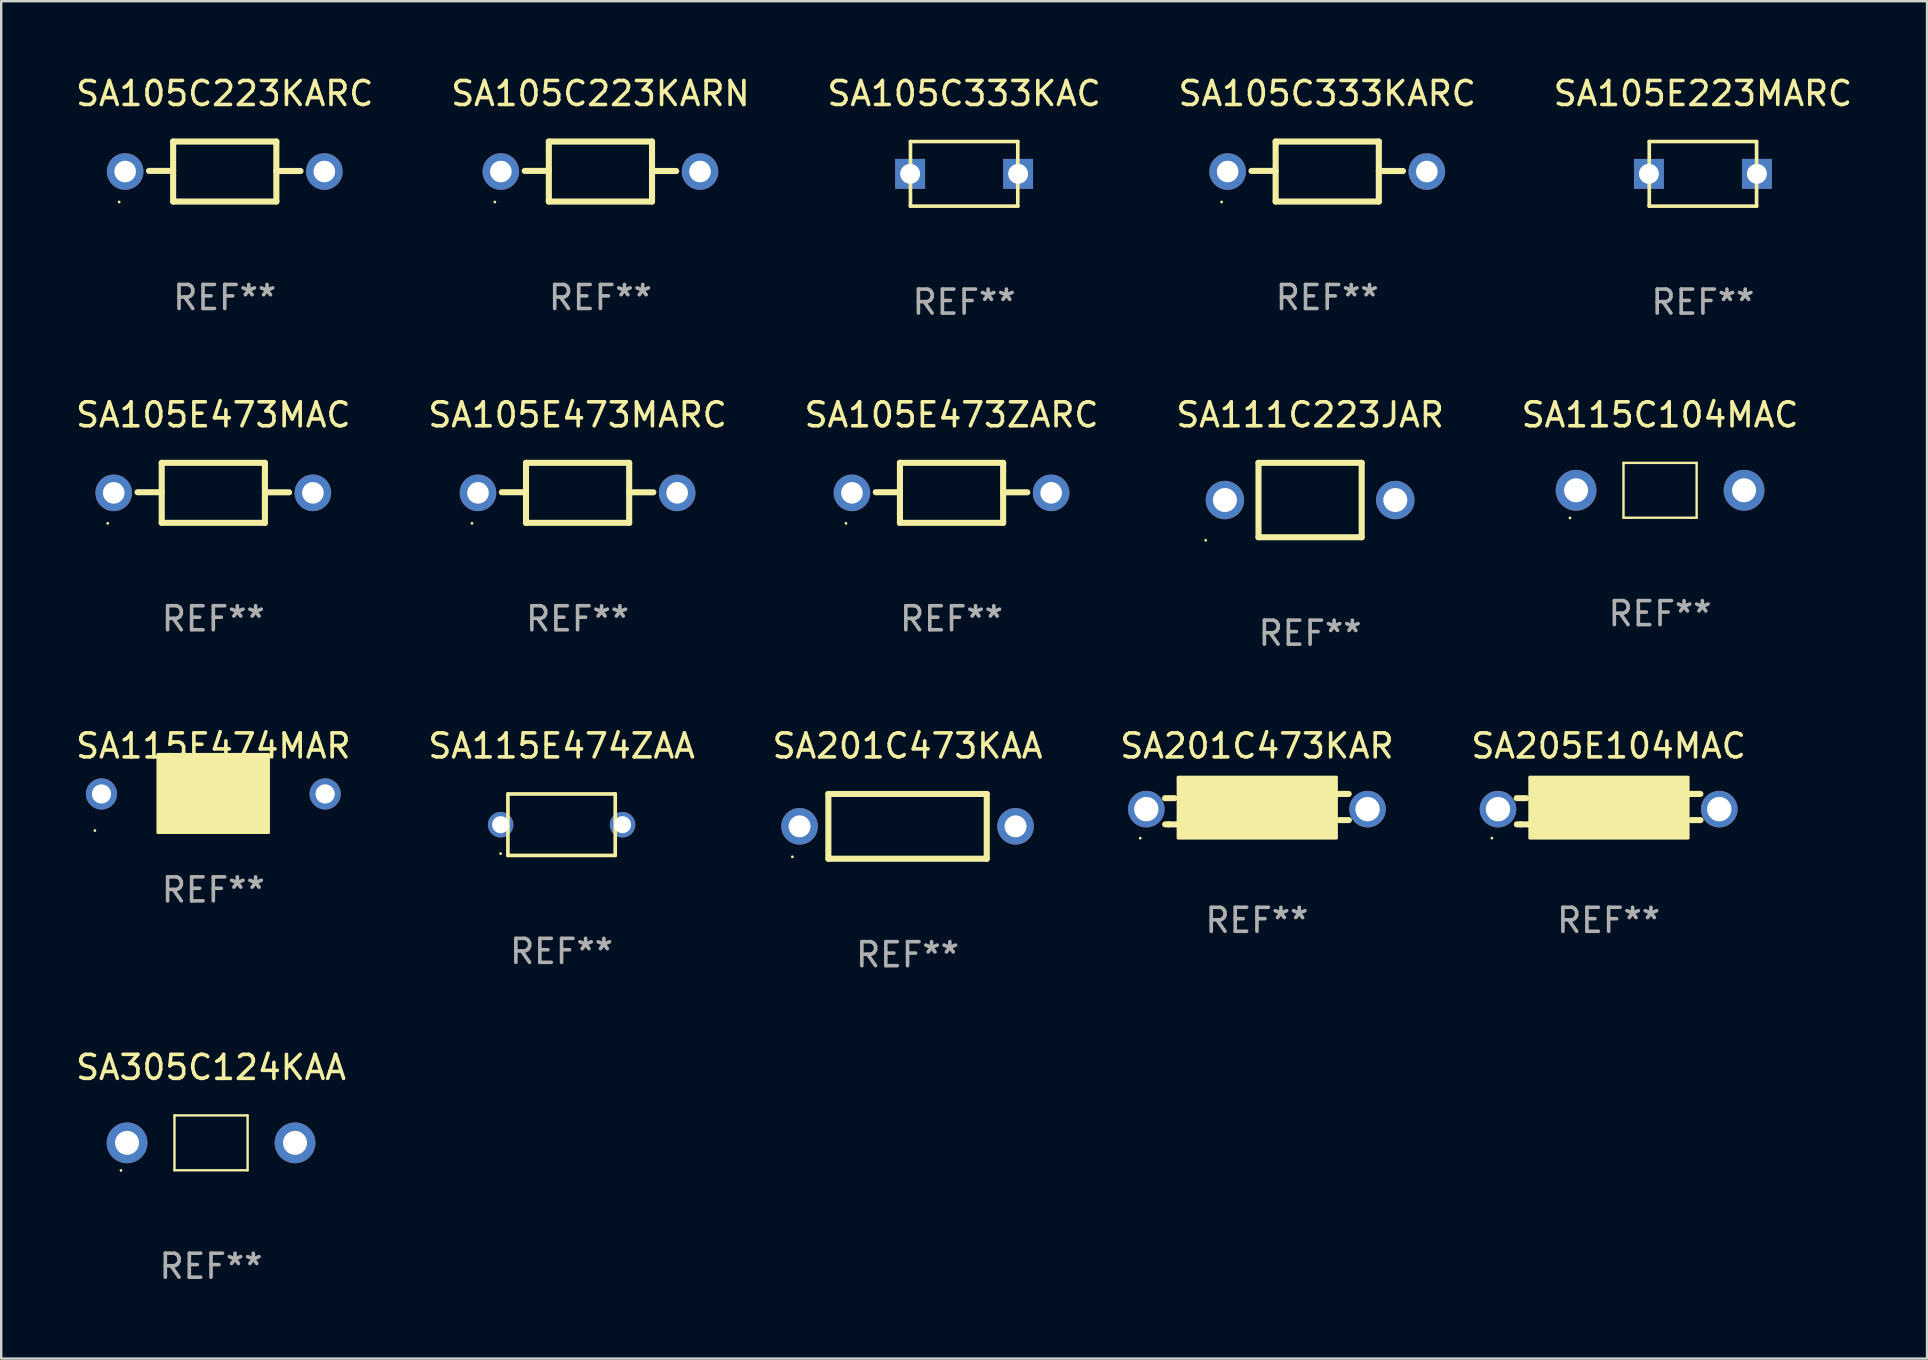
<source format=kicad_pcb>
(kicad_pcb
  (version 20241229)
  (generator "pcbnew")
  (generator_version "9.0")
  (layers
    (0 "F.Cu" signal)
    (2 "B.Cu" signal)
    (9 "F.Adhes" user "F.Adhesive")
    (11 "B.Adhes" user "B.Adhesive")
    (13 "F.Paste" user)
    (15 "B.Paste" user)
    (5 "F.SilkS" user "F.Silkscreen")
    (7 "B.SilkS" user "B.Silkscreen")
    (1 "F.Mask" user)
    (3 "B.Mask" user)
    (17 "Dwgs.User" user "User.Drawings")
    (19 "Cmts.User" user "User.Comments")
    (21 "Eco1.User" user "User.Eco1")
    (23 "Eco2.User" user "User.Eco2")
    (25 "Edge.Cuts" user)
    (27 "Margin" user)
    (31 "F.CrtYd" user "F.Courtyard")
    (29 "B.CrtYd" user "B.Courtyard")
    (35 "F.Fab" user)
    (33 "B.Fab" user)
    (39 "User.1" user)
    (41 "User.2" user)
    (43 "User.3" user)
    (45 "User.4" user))
  (footprint "SA305C124KAA"
    (layer "F.Cu")
    (at 5.744 44.573)
    (property "Reference" "SA305C124KAA" (at 0 -3.143 0) (layer "F.SilkS") (effects (font (size 1 1) (thickness 0.15))))
    (attr through_hole)
    (fp_line (start -1.524 -1.143) (end -1.524 1.143) (stroke (width 0.1) (type solid)) (layer "F.SilkS"))
    (fp_line (start -1.524 1.143) (end 1.524 1.143) (stroke (width 0.1) (type solid)) (layer "F.SilkS"))
    (fp_line (start 1.524 -1.143) (end -1.524 -1.143) (stroke (width 0.1) (type solid)) (layer "F.SilkS"))
    (fp_line (start 1.524 1.143) (end 1.524 -1.143) (stroke (width 0.1) (type solid)) (layer "F.SilkS"))
    (fp_circle (center -3.753 1.15) (end -3.723 1.15) (stroke (width 0.06) (type solid)) (fill no) (layer "F.SilkS"))
    (fp_text user "REF**" (at 0 5.143 0) (layer "F.Fab") (effects (font (size 1 1) (thickness 0.15))))
    (pad "1" thru_hole circle (at -3.5 0) (size 1.7 1.7) (drill 1) (layers "*.Cu" "*.Mask"))
    (pad "2" thru_hole circle (at 3.5 0) (size 1.7 1.7) (drill 1) (layers "*.Cu" "*.Mask")))
  (footprint "SA205E104MAC"
    (layer "F.Cu")
    (at 63.982 30.667)
    (property "Reference" "SA205E104MAC" (at 0 -2.634 0) (layer "F.SilkS") (effects (font (size 1 1) (thickness 0.15))))
    (attr through_hole)
    (fp_line (start -3.673 0.634) (end -3.823 0.634) (stroke (width 0.254) (type solid)) (layer "F.SilkS"))
    (fp_line (start -3.438 -0.457) (end -3.828 -0.457) (stroke (width 0.254) (type solid)) (layer "F.SilkS"))
    (fp_line (start -3.353 0.634) (end -3.673 0.634) (stroke (width 0.254) (type solid)) (layer "F.SilkS"))
    (fp_line (start 3.353 -0.634) (end 3.673 -0.634) (stroke (width 0.254) (type solid)) (layer "F.SilkS"))
    (fp_line (start 3.438 0.457) (end 3.828 0.457) (stroke (width 0.254) (type solid)) (layer "F.SilkS"))
    (fp_line (start 3.673 -0.634) (end 3.823 -0.634) (stroke (width 0.254) (type solid)) (layer "F.SilkS"))
    (fp_circle (center -4.864 1.208) (end -4.834 1.208) (stroke (width 0.06) (type solid)) (fill no) (layer "F.SilkS"))
    (fp_poly (pts (xy -3.287 -1.335) (xy 3.313 -1.335) (xy 3.313 1.208) (xy -3.287 1.208)) (stroke (width 0.12) (type solid)) (fill yes) (layer "F.SilkS"))
    (fp_text user "REF**" (at 0 4.634 0) (layer "F.Fab") (effects (font (size 1 1) (thickness 0.15))))
    (pad "1" thru_hole circle (at -4.61 -0.000013) (size 1.524 1.524) (drill 1.016) (layers "*.Cu" "*.Mask"))
    (pad "2" thru_hole circle (at 4.61 -0.000013) (size 1.524 1.524) (drill 1.016) (layers "*.Cu" "*.Mask")))
  (footprint "SA105C333KAC"
    (layer "F.Cu")
    (at 37.125 4.194)
    (property "Reference" "SA105C333KAC" (at 0 -3.346 0) (layer "F.SilkS") (effects (font (size 1 1) (thickness 0.15))))
    (attr through_hole)
    (fp_line (start -2.236 -1.346) (end 2.236 -1.346) (stroke (width 0.152) (type solid)) (layer "F.SilkS"))
    (fp_line (start -2.236 1.346) (end -2.236 -1.346) (stroke (width 0.152) (type solid)) (layer "F.SilkS"))
    (fp_line (start 2.236 -1.346) (end 2.236 1.346) (stroke (width 0.152) (type solid)) (layer "F.SilkS"))
    (fp_line (start 2.236 1.346) (end -2.236 1.346) (stroke (width 0.152) (type solid)) (layer "F.SilkS"))
    (fp_circle (center -2.25 1.27) (end -2.22 1.27) (stroke (width 0.06) (type solid)) (fill no) (layer "F.SilkS"))
    (fp_text user "REF**" (at 0 5.346 0) (layer "F.Fab") (effects (font (size 1 1) (thickness 0.15))))
    (pad "1" thru_hole rect (at -2.25 0) (size 1.245 1.245) (drill 0.83) (layers "*.Cu" "*.Mask"))
    (pad "2" thru_hole rect (at 2.25 0 180) (size 1.245 1.245) (drill 0.83) (layers "*.Cu" "*.Mask")))
  (footprint "SA111C223JAR"
    (layer "F.Cu")
    (at 51.542 17.787)
    (property "Reference" "SA111C223JAR" (at 0 -3.55 0) (layer "F.SilkS") (effects (font (size 1 1) (thickness 0.15))))
    (attr through_hole)
    (fp_line (start -2.15 -1.55) (end 2.15 -1.55) (stroke (width 0.254) (type solid)) (layer "F.SilkS"))
    (fp_line (start -2.15 1.55) (end -2.15 -1.55) (stroke (width 0.254) (type solid)) (layer "F.SilkS"))
    (fp_line (start 2.15 -1.55) (end 2.15 1.549) (stroke (width 0.254) (type solid)) (layer "F.SilkS"))
    (fp_line (start 2.15 1.55) (end -2.15 1.55) (stroke (width 0.254) (type solid)) (layer "F.SilkS"))
    (fp_circle (center -4.35 1.677) (end -4.32 1.677) (stroke (width 0.06) (type solid)) (fill no) (layer "F.SilkS"))
    (fp_text user "REF**" (at 0 5.55 0) (layer "F.Fab") (effects (font (size 1 1) (thickness 0.15))))
    (pad "1" thru_hole circle (at -3.55 0) (size 1.6 1.6) (drill 1) (layers "*.Cu" "*.Mask"))
    (pad "2" thru_hole circle (at 3.55 0) (size 1.6 1.6) (drill 1) (layers "*.Cu" "*.Mask")))
  (footprint "SA115E474MAR"
    (layer "F.Cu")
    (at 5.839 30.034)
    (property "Reference" "SA115E474MAR" (at 0 -2 0) (layer "F.SilkS") (effects (font (size 1 1) (thickness 0.15))))
    (attr through_hole)
    (fp_circle (center -4.935 1.525) (end -4.905 1.525) (stroke (width 0.06) (type solid)) (fill no) (layer "F.SilkS"))
    (fp_poly (pts (xy -2.31 -1.65) (xy 2.3 -1.65) (xy 2.3 1.61) (xy -2.31 1.61)) (stroke (width 0.12) (type solid)) (fill yes) (layer "F.SilkS"))
    (fp_text user "REF**" (at 0 4 0) (layer "F.Fab") (effects (font (size 1 1) (thickness 0.15))))
    (pad "1" thru_hole circle (at -4.66 0) (size 1.3 1.3) (drill 0.8) (layers "*.Cu" "*.Mask"))
    (pad "2" thru_hole circle (at 4.66 0) (size 1.3 1.3) (drill 0.8) (layers "*.Cu" "*.Mask")))
  (footprint "SA115E474ZAA"
    (layer "F.Cu")
    (at 20.351 31.315)
    (property "Reference" "SA115E474ZAA" (at 0 -3.281 0) (layer "F.SilkS") (effects (font (size 1 1) (thickness 0.15))))
    (attr through_hole)
    (fp_line (start -2.236 -1.281) (end 2.236 -1.281) (stroke (width 0.152) (type solid)) (layer "F.SilkS"))
    (fp_line (start -2.236 1.281) (end -2.236 -1.281) (stroke (width 0.152) (type solid)) (layer "F.SilkS"))
    (fp_line (start 2.236 -1.281) (end 2.236 1.281) (stroke (width 0.152) (type solid)) (layer "F.SilkS"))
    (fp_line (start 2.236 1.281) (end -2.236 1.281) (stroke (width 0.152) (type solid)) (layer "F.SilkS"))
    (fp_circle (center -2.54 1.205) (end -2.51 1.205) (stroke (width 0.06) (type solid)) (fill no) (layer "F.SilkS"))
    (fp_text user "REF**" (at 0 5.281 0) (layer "F.Fab") (effects (font (size 1 1) (thickness 0.15))))
    (pad "1" thru_hole circle (at -2.54 0) (size 1.065 1.065) (drill 0.71) (layers "*.Cu" "*.Mask"))
    (pad "2" thru_hole circle (at 2.54 0) (size 1.065 1.065) (drill 0.71) (layers "*.Cu" "*.Mask")))
  (footprint "SA105C223KARC"
    (layer "F.Cu")
    (at 6.315 4.098)
    (property "Reference" "SA105C223KARC" (at 0 -3.25 0) (layer "F.SilkS") (effects (font (size 1 1) (thickness 0.15))))
    (attr through_hole)
    (fp_line (start -2.15 -1.25) (end 2.15 -1.25) (stroke (width 0.254) (type solid)) (layer "F.SilkS"))
    (fp_line (start -2.15 -0.026) (end -3.157 -0.026) (stroke (width 0.254) (type solid)) (layer "F.SilkS"))
    (fp_line (start -2.15 1.25) (end -2.15 -1.25) (stroke (width 0.254) (type solid)) (layer "F.SilkS"))
    (fp_line (start 2.15 -1.25) (end 2.15 1.25) (stroke (width 0.254) (type solid)) (layer "F.SilkS"))
    (fp_line (start 2.15 -0.022) (end 3.157 -0.022) (stroke (width 0.254) (type solid)) (layer "F.SilkS"))
    (fp_line (start 2.15 1.25) (end -2.15 1.25) (stroke (width 0.254) (type solid)) (layer "F.SilkS"))
    (fp_circle (center -4.4 1.27) (end -4.37 1.27) (stroke (width 0.06) (type solid)) (fill no) (layer "F.SilkS"))
    (fp_text user "REF**" (at 0 5.25 0) (layer "F.Fab") (effects (font (size 1 1) (thickness 0.15))))
    (pad "1" thru_hole circle (at -4.15 0) (size 1.524 1.524) (drill 0.9) (layers "*.Cu" "*.Mask"))
    (pad "2" thru_hole circle (at 4.15 0) (size 1.524 1.524) (drill 0.9) (layers "*.Cu" "*.Mask")))
  (footprint "SA105E223MARC"
    (layer "F.Cu")
    (at 67.911 4.194)
    (property "Reference" "SA105E223MARC" (at 0 -3.346 0) (layer "F.SilkS") (effects (font (size 1 1) (thickness 0.15))))
    (attr through_hole)
    (fp_line (start -2.236 -1.346) (end 2.236 -1.346) (stroke (width 0.152) (type solid)) (layer "F.SilkS"))
    (fp_line (start -2.236 1.346) (end -2.236 -1.346) (stroke (width 0.152) (type solid)) (layer "F.SilkS"))
    (fp_line (start 2.236 -1.346) (end 2.236 1.346) (stroke (width 0.152) (type solid)) (layer "F.SilkS"))
    (fp_line (start 2.236 1.346) (end -2.236 1.346) (stroke (width 0.152) (type solid)) (layer "F.SilkS"))
    (fp_circle (center -2.25 1.27) (end -2.22 1.27) (stroke (width 0.06) (type solid)) (fill no) (layer "F.SilkS"))
    (fp_text user "REF**" (at 0 5.346 0) (layer "F.Fab") (effects (font (size 1 1) (thickness 0.15))))
    (pad "1" thru_hole rect (at -2.25 0) (size 1.245 1.245) (drill 0.83) (layers "*.Cu" "*.Mask"))
    (pad "2" thru_hole rect (at 2.25 0 180) (size 1.245 1.245) (drill 0.83) (layers "*.Cu" "*.Mask")))
  (footprint "SA105E473MAC"
    (layer "F.Cu")
    (at 5.839 17.487)
    (property "Reference" "SA105E473MAC" (at 0 -3.25 0) (layer "F.SilkS") (effects (font (size 1 1) (thickness 0.15))))
    (attr through_hole)
    (fp_line (start -2.15 -1.25) (end 2.15 -1.25) (stroke (width 0.254) (type solid)) (layer "F.SilkS"))
    (fp_line (start -2.15 -0.026) (end -3.157 -0.026) (stroke (width 0.254) (type solid)) (layer "F.SilkS"))
    (fp_line (start -2.15 1.25) (end -2.15 -1.25) (stroke (width 0.254) (type solid)) (layer "F.SilkS"))
    (fp_line (start 2.15 -1.25) (end 2.15 1.25) (stroke (width 0.254) (type solid)) (layer "F.SilkS"))
    (fp_line (start 2.15 -0.022) (end 3.157 -0.022) (stroke (width 0.254) (type solid)) (layer "F.SilkS"))
    (fp_line (start 2.15 1.25) (end -2.15 1.25) (stroke (width 0.254) (type solid)) (layer "F.SilkS"))
    (fp_circle (center -4.4 1.27) (end -4.37 1.27) (stroke (width 0.06) (type solid)) (fill no) (layer "F.SilkS"))
    (fp_text user "REF**" (at 0 5.25 0) (layer "F.Fab") (effects (font (size 1 1) (thickness 0.15))))
    (pad "1" thru_hole circle (at -4.15 0) (size 1.524 1.524) (drill 0.9) (layers "*.Cu" "*.Mask"))
    (pad "2" thru_hole circle (at 4.15 0) (size 1.524 1.524) (drill 0.9) (layers "*.Cu" "*.Mask")))
  (footprint "SA105E473ZARC"
    (layer "F.Cu")
    (at 36.601 17.487)
    (property "Reference" "SA105E473ZARC" (at 0 -3.25 0) (layer "F.SilkS") (effects (font (size 1 1) (thickness 0.15))))
    (attr through_hole)
    (fp_line (start -2.15 -1.25) (end 2.15 -1.25) (stroke (width 0.254) (type solid)) (layer "F.SilkS"))
    (fp_line (start -2.15 -0.026) (end -3.157 -0.026) (stroke (width 0.254) (type solid)) (layer "F.SilkS"))
    (fp_line (start -2.15 1.25) (end -2.15 -1.25) (stroke (width 0.254) (type solid)) (layer "F.SilkS"))
    (fp_line (start 2.15 -1.25) (end 2.15 1.25) (stroke (width 0.254) (type solid)) (layer "F.SilkS"))
    (fp_line (start 2.15 -0.022) (end 3.157 -0.022) (stroke (width 0.254) (type solid)) (layer "F.SilkS"))
    (fp_line (start 2.15 1.25) (end -2.15 1.25) (stroke (width 0.254) (type solid)) (layer "F.SilkS"))
    (fp_circle (center -4.4 1.27) (end -4.37 1.27) (stroke (width 0.06) (type solid)) (fill no) (layer "F.SilkS"))
    (fp_text user "REF**" (at 0 5.25 0) (layer "F.Fab") (effects (font (size 1 1) (thickness 0.15))))
    (pad "1" thru_hole circle (at -4.15 0) (size 1.524 1.524) (drill 0.9) (layers "*.Cu" "*.Mask"))
    (pad "2" thru_hole circle (at 4.15 0) (size 1.524 1.524) (drill 0.9) (layers "*.Cu" "*.Mask")))
  (footprint "SA201C473KAR"
    (layer "F.Cu")
    (at 49.327 30.667)
    (property "Reference" "SA201C473KAR" (at 0 -2.634 0) (layer "F.SilkS") (effects (font (size 1 1) (thickness 0.15))))
    (attr through_hole)
    (fp_line (start -3.673 0.634) (end -3.823 0.634) (stroke (width 0.254) (type solid)) (layer "F.SilkS"))
    (fp_line (start -3.438 -0.457) (end -3.828 -0.457) (stroke (width 0.254) (type solid)) (layer "F.SilkS"))
    (fp_line (start -3.353 0.634) (end -3.673 0.634) (stroke (width 0.254) (type solid)) (layer "F.SilkS"))
    (fp_line (start 3.353 -0.634) (end 3.673 -0.634) (stroke (width 0.254) (type solid)) (layer "F.SilkS"))
    (fp_line (start 3.438 0.457) (end 3.828 0.457) (stroke (width 0.254) (type solid)) (layer "F.SilkS"))
    (fp_line (start 3.673 -0.634) (end 3.823 -0.634) (stroke (width 0.254) (type solid)) (layer "F.SilkS"))
    (fp_circle (center -4.864 1.208) (end -4.834 1.208) (stroke (width 0.06) (type solid)) (fill no) (layer "F.SilkS"))
    (fp_poly (pts (xy -3.287 -1.335) (xy 3.313 -1.335) (xy 3.313 1.208) (xy -3.287 1.208)) (stroke (width 0.12) (type solid)) (fill yes) (layer "F.SilkS"))
    (fp_text user "REF**" (at 0 4.634 0) (layer "F.Fab") (effects (font (size 1 1) (thickness 0.15))))
    (pad "1" thru_hole circle (at -4.61 -0.000013) (size 1.524 1.524) (drill 1.016) (layers "*.Cu" "*.Mask"))
    (pad "2" thru_hole circle (at 4.61 -0.000013) (size 1.524 1.524) (drill 1.016) (layers "*.Cu" "*.Mask")))
  (footprint "SA105C223KARN"
    (layer "F.Cu")
    (at 21.97 4.098)
    (property "Reference" "SA105C223KARN" (at 0 -3.25 0) (layer "F.SilkS") (effects (font (size 1 1) (thickness 0.15))))
    (attr through_hole)
    (fp_line (start -2.15 -1.25) (end 2.15 -1.25) (stroke (width 0.254) (type solid)) (layer "F.SilkS"))
    (fp_line (start -2.15 -0.026) (end -3.157 -0.026) (stroke (width 0.254) (type solid)) (layer "F.SilkS"))
    (fp_line (start -2.15 1.25) (end -2.15 -1.25) (stroke (width 0.254) (type solid)) (layer "F.SilkS"))
    (fp_line (start 2.15 -1.25) (end 2.15 1.25) (stroke (width 0.254) (type solid)) (layer "F.SilkS"))
    (fp_line (start 2.15 -0.022) (end 3.157 -0.022) (stroke (width 0.254) (type solid)) (layer "F.SilkS"))
    (fp_line (start 2.15 1.25) (end -2.15 1.25) (stroke (width 0.254) (type solid)) (layer "F.SilkS"))
    (fp_circle (center -4.4 1.27) (end -4.37 1.27) (stroke (width 0.06) (type solid)) (fill no) (layer "F.SilkS"))
    (fp_text user "REF**" (at 0 5.25 0) (layer "F.Fab") (effects (font (size 1 1) (thickness 0.15))))
    (pad "1" thru_hole circle (at -4.15 0) (size 1.524 1.524) (drill 0.9) (layers "*.Cu" "*.Mask"))
    (pad "2" thru_hole circle (at 4.15 0) (size 1.524 1.524) (drill 0.9) (layers "*.Cu" "*.Mask")))
  (footprint "SA115C104MAC"
    (layer "F.Cu")
    (at 66.125 17.38)
    (property "Reference" "SA115C104MAC" (at 0 -3.143 0) (layer "F.SilkS") (effects (font (size 1 1) (thickness 0.15))))
    (attr through_hole)
    (fp_line (start -1.524 -1.143) (end -1.524 1.143) (stroke (width 0.1) (type solid)) (layer "F.SilkS"))
    (fp_line (start -1.524 1.143) (end 1.524 1.143) (stroke (width 0.1) (type solid)) (layer "F.SilkS"))
    (fp_line (start 1.524 -1.143) (end -1.524 -1.143) (stroke (width 0.1) (type solid)) (layer "F.SilkS"))
    (fp_line (start 1.524 1.143) (end 1.524 -1.143) (stroke (width 0.1) (type solid)) (layer "F.SilkS"))
    (fp_circle (center -3.753 1.15) (end -3.723 1.15) (stroke (width 0.06) (type solid)) (fill no) (layer "F.SilkS"))
    (fp_text user "REF**" (at 0 5.143 0) (layer "F.Fab") (effects (font (size 1 1) (thickness 0.15))))
    (pad "1" thru_hole circle (at -3.5 0) (size 1.7 1.7) (drill 1) (layers "*.Cu" "*.Mask"))
    (pad "2" thru_hole circle (at 3.5 0) (size 1.7 1.7) (drill 1) (layers "*.Cu" "*.Mask")))
  (footprint "SA105C333KARC"
    (layer "F.Cu")
    (at 52.256 4.098)
    (property "Reference" "SA105C333KARC" (at 0 -3.25 0) (layer "F.SilkS") (effects (font (size 1 1) (thickness 0.15))))
    (attr through_hole)
    (fp_line (start -2.15 -1.25) (end 2.15 -1.25) (stroke (width 0.254) (type solid)) (layer "F.SilkS"))
    (fp_line (start -2.15 -0.026) (end -3.157 -0.026) (stroke (width 0.254) (type solid)) (layer "F.SilkS"))
    (fp_line (start -2.15 1.25) (end -2.15 -1.25) (stroke (width 0.254) (type solid)) (layer "F.SilkS"))
    (fp_line (start 2.15 -1.25) (end 2.15 1.25) (stroke (width 0.254) (type solid)) (layer "F.SilkS"))
    (fp_line (start 2.15 -0.022) (end 3.157 -0.022) (stroke (width 0.254) (type solid)) (layer "F.SilkS"))
    (fp_line (start 2.15 1.25) (end -2.15 1.25) (stroke (width 0.254) (type solid)) (layer "F.SilkS"))
    (fp_circle (center -4.4 1.27) (end -4.37 1.27) (stroke (width 0.06) (type solid)) (fill no) (layer "F.SilkS"))
    (fp_text user "REF**" (at 0 5.25 0) (layer "F.Fab") (effects (font (size 1 1) (thickness 0.15))))
    (pad "1" thru_hole circle (at -4.15 0) (size 1.524 1.524) (drill 0.9) (layers "*.Cu" "*.Mask"))
    (pad "2" thru_hole circle (at 4.15 0) (size 1.524 1.524) (drill 0.9) (layers "*.Cu" "*.Mask")))
  (footprint "SA201C473KAA"
    (layer "F.Cu")
    (at 34.768 31.384)
    (property "Reference" "SA201C473KAA" (at 0 -3.35 0) (layer "F.SilkS") (effects (font (size 1 1) (thickness 0.15))))
    (attr through_hole)
    (fp_line (start -3.3 -1.35) (end 3.3 -1.35) (stroke (width 0.254) (type solid)) (layer "F.SilkS"))
    (fp_line (start -3.3 1.35) (end -3.3 -1.35) (stroke (width 0.254) (type solid)) (layer "F.SilkS"))
    (fp_line (start 3.3 -1.35) (end 3.3 1.35) (stroke (width 0.254) (type solid)) (layer "F.SilkS"))
    (fp_line (start 3.3 1.35) (end -3.3 1.35) (stroke (width 0.254) (type solid)) (layer "F.SilkS"))
    (fp_circle (center -4.8 1.27) (end -4.77 1.27) (stroke (width 0.06) (type solid)) (fill no) (layer "F.SilkS"))
    (fp_text user "REF**" (at 0 5.35 0) (layer "F.Fab") (effects (font (size 1 1) (thickness 0.15))))
    (pad "1" thru_hole circle (at -4.5 0) (size 1.524 1.524) (drill 0.914) (layers "*.Cu" "*.Mask"))
    (pad "2" thru_hole circle (at 4.5 0) (size 1.524 1.524) (drill 0.914) (layers "*.Cu" "*.Mask")))
  (footprint "SA105E473MARC"
    (layer "F.Cu")
    (at 21.018 17.487)
    (property "Reference" "SA105E473MARC" (at 0 -3.25 0) (layer "F.SilkS") (effects (font (size 1 1) (thickness 0.15))))
    (attr through_hole)
    (fp_line (start -2.15 -1.25) (end 2.15 -1.25) (stroke (width 0.254) (type solid)) (layer "F.SilkS"))
    (fp_line (start -2.15 -0.026) (end -3.157 -0.026) (stroke (width 0.254) (type solid)) (layer "F.SilkS"))
    (fp_line (start -2.15 1.25) (end -2.15 -1.25) (stroke (width 0.254) (type solid)) (layer "F.SilkS"))
    (fp_line (start 2.15 -1.25) (end 2.15 1.25) (stroke (width 0.254) (type solid)) (layer "F.SilkS"))
    (fp_line (start 2.15 -0.022) (end 3.157 -0.022) (stroke (width 0.254) (type solid)) (layer "F.SilkS"))
    (fp_line (start 2.15 1.25) (end -2.15 1.25) (stroke (width 0.254) (type solid)) (layer "F.SilkS"))
    (fp_circle (center -4.4 1.27) (end -4.37 1.27) (stroke (width 0.06) (type solid)) (fill no) (layer "F.SilkS"))
    (fp_text user "REF**" (at 0 5.25 0) (layer "F.Fab") (effects (font (size 1 1) (thickness 0.15))))
    (pad "1" thru_hole circle (at -4.15 0) (size 1.524 1.524) (drill 0.9) (layers "*.Cu" "*.Mask"))
    (pad "2" thru_hole circle (at 4.15 0) (size 1.524 1.524) (drill 0.9) (layers "*.Cu" "*.Mask")))
  (gr_rect
    (start -3 -3)
    (end 77.25 53.564)
    (stroke (width 0.1) (type default))
    (fill no)
    (layer "Edge.Cuts")))
</source>
